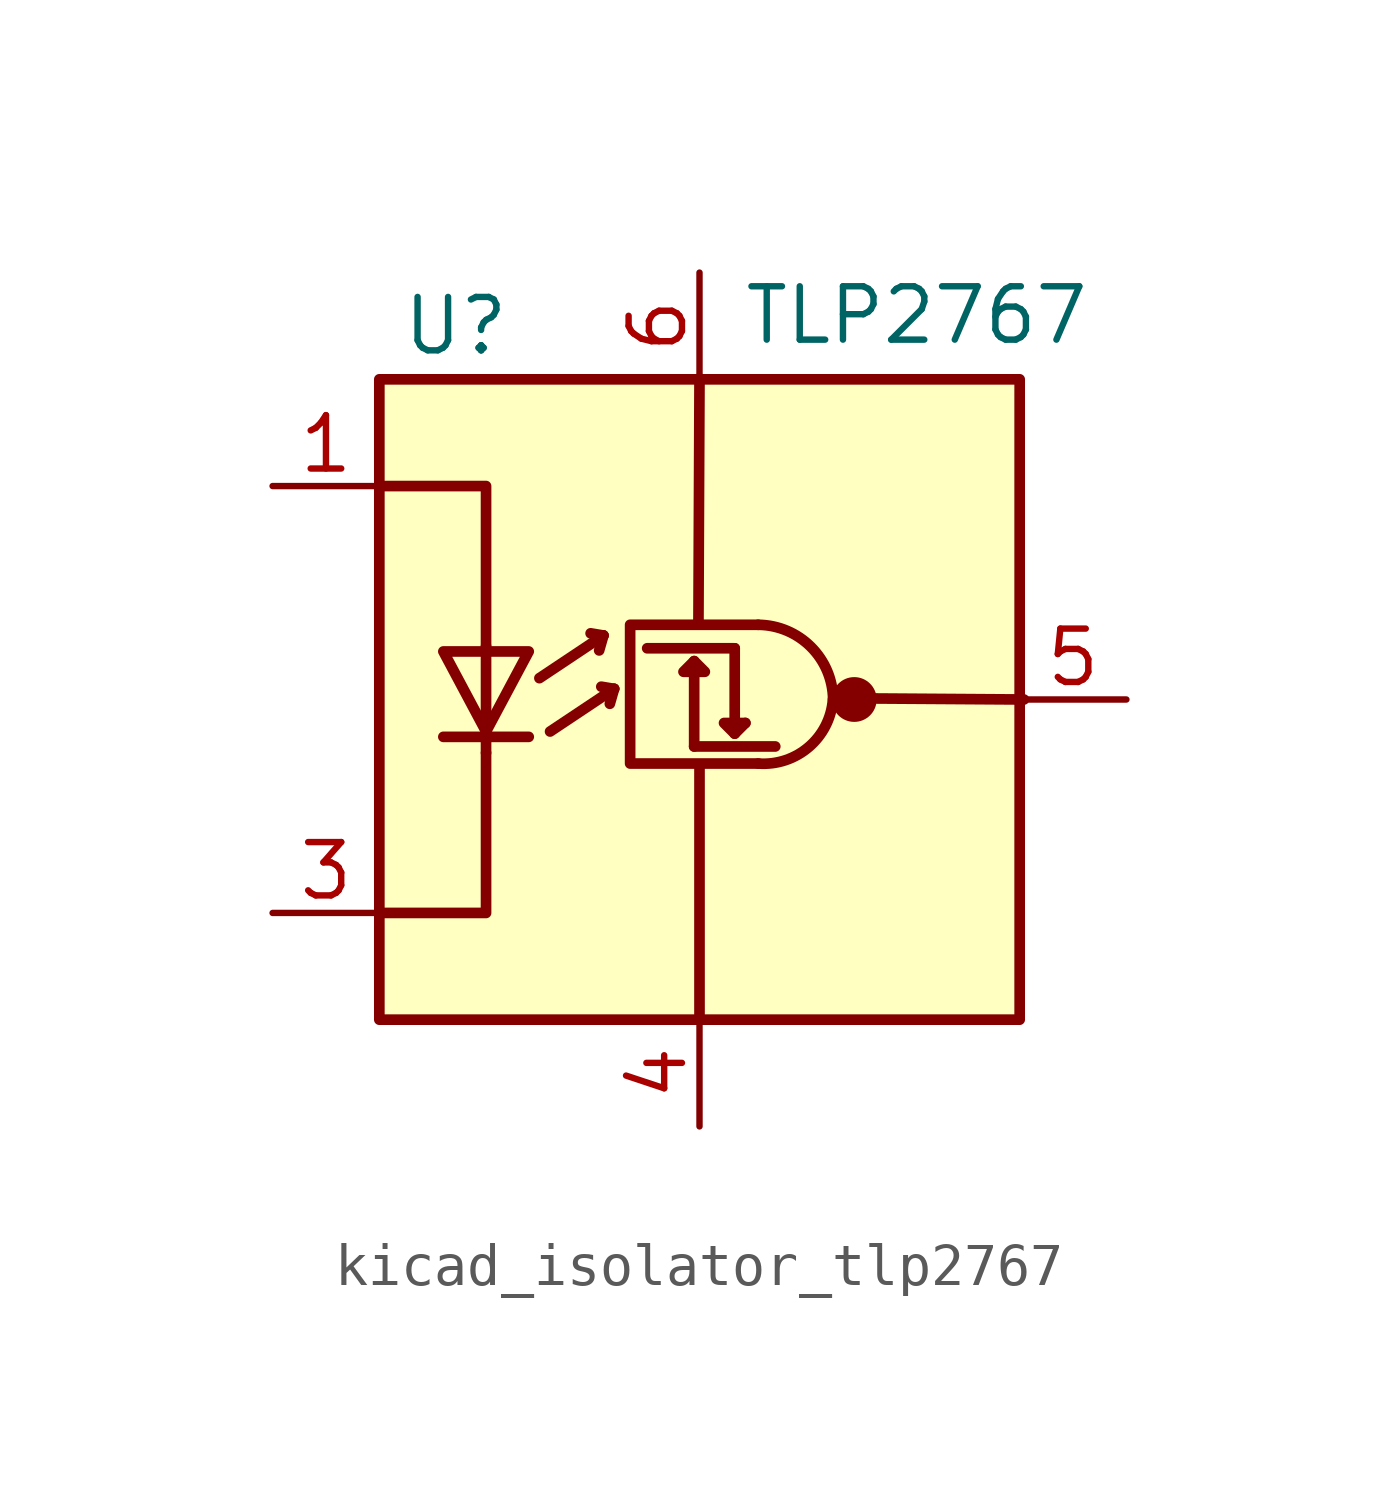
<source format=kicad_sym>
(kicad_symbol_lib
  (version 20220914)
  (generator kicad_symbol_editor)
  (symbol "kicad_isolator_tlp2767"
    (pin_names
      (offset 1.016) hide)
    (property "Reference" "U"
      (at -7.112 8.89 0)
      (effects (font (size 1.27 1.27)) (justify left)))
    (property "Value" "TLP2767"
      (at 1.016 9.144 0)
      (effects (font (size 1.27 1.27)) (justify left)))
    (symbol "kicad_isolator_tlp2767_0_1"
      (rectangle (start -7.62 7.62) (end 7.62 -7.62) (stroke (width 0.254) (type default)) (fill (type background)))
      (polyline (pts (xy -6.096 -0.889) (xy -4.064 -0.889)) (stroke (width 0.254) (type default)) (fill (type none)))
      (polyline (pts (xy -5.08 -1.27) (xy -5.08 -0.762)) (stroke (width 0.254) (type default)) (fill (type none)))
      (polyline (pts (xy -5.08 1.27) (xy -5.08 -0.762)) (stroke (width 0.254) (type default)) (fill (type none)))
      (polyline (pts (xy -3.81 0.508) (xy -2.286 1.524)) (stroke (width 0.254) (type default)) (fill (type none)))
      (polyline (pts (xy -3.556 -0.762) (xy -2.032 0.254)) (stroke (width 0.254) (type default)) (fill (type none)))
      (polyline (pts (xy -2.286 1.524) (xy -2.591 1.575)) (stroke (width 0.254) (type default)) (fill (type none)))
      (polyline (pts (xy -2.286 1.524) (xy -2.388 1.168)) (stroke (width 0.254) (type default)) (fill (type none)))
      (polyline (pts (xy -2.032 0.254) (xy -2.337 0.305)) (stroke (width 0.254) (type default)) (fill (type none)))
      (polyline (pts (xy -2.032 0.254) (xy -2.134 -0.102)) (stroke (width 0.254) (type default)) (fill (type none)))
      (polyline (pts (xy -0.127 -1.118) (xy 1.803 -1.118)) (stroke (width 0.254) (type default)) (fill (type none)))
      (polyline (pts (xy -0.127 0.914) (xy -0.127 -1.118)) (stroke (width 0.254) (type default)) (fill (type none)))
      (polyline (pts (xy 0 -7.595) (xy 0 -1.575)) (stroke (width 0.254) (type default)) (fill (type none)))
      (polyline (pts (xy 0 7.645) (xy -0.025 1.829)) (stroke (width 0.254) (type default)) (fill (type none)))
      (polyline (pts (xy 0.838 1.219) (xy -1.245 1.219)) (stroke (width 0.254) (type default)) (fill (type none)))
      (polyline (pts (xy 4.064 0.025) (xy 7.722 0)) (stroke (width 0.254) (type default)) (fill (type none)))
      (polyline (pts (xy -7.62 -5.08) (xy -5.08 -5.08) (xy -5.08 -1.27)) (stroke (width 0.254) (type default)) (fill (type none)))
      (polyline (pts (xy -5.08 1.27) (xy -5.08 5.08) (xy -7.62 5.08)) (stroke (width 0.254) (type default)) (fill (type none)))
      (polyline (pts (xy 0.838 -0.813) (xy 0.584 -0.559) (xy 1.092 -0.559)) (stroke (width 0.254) (type default)) (fill (type none)))
      (polyline (pts (xy 0.838 1.219) (xy 0.838 -0.813) (xy 1.092 -0.559)) (stroke (width 0.254) (type default)) (fill (type none)))
      (polyline (pts (xy -6.096 1.143) (xy -4.064 1.143) (xy -5.08 -0.762) (xy -6.096 1.143)) (stroke (width 0.254) (type default)) (fill (type none)))
      (polyline (pts (xy -0.127 0.914) (xy -0.381 0.66) (xy 0.127 0.66) (xy -0.127 0.914)) (stroke (width 0.254) (type default)) (fill (type none)))
      (polyline (pts (xy 1.397 1.778) (xy -1.651 1.778) (xy -1.651 -1.524) (xy 1.397 -1.524)) (stroke (width 0.254) (type default)) (fill (type none)))
      (arc (start 1.397 -1.524) (mid 2.6016 -1.1302) (end 3.175 0) (stroke (width 0.254) (type default)) (fill (type none)))
      (arc (start 3.175 0) (mid 2.6489 1.2519) (end 1.397 1.778) (stroke (width 0.254) (type default)) (fill (type none)))
      (circle (center 3.683 0) (radius 0.457) (stroke (width 0) (type default)) (fill (type outline))))
    (symbol "kicad_isolator_tlp2767_1_1"
      (pin passive line (at -10.16 5.08 0) (length 2.54) (name "A" (effects (font (size 1.27 1.27)))) (number "1" (effects (font (size 1.27 1.27)))))
      (pin no_connect line (at -7.62 0 0) (length 2.54) hide (name "NC" (effects (font (size 1.27 1.27)))) (number "2" (effects (font (size 1.27 1.27)))))
      (pin passive line (at -10.16 -5.08 0) (length 2.54) (name "K" (effects (font (size 1.27 1.27)))) (number "3" (effects (font (size 1.27 1.27)))))
      (pin power_in line (at 0 -10.16 90) (length 2.54) (name "GND" (effects (font (size 1.27 1.27)))) (number "4" (effects (font (size 1.27 1.27)))))
      (pin output line (at 10.16 0 180) (length 2.54) (name "VO" (effects (font (size 1.27 1.27)))) (number "5" (effects (font (size 1.27 1.27)))))
      (pin power_in line (at 0 10.16 270) (length 2.54) (name "VDD" (effects (font (size 1.27 1.27)))) (number "6" (effects (font (size 1.27 1.27))))))))
</source>
